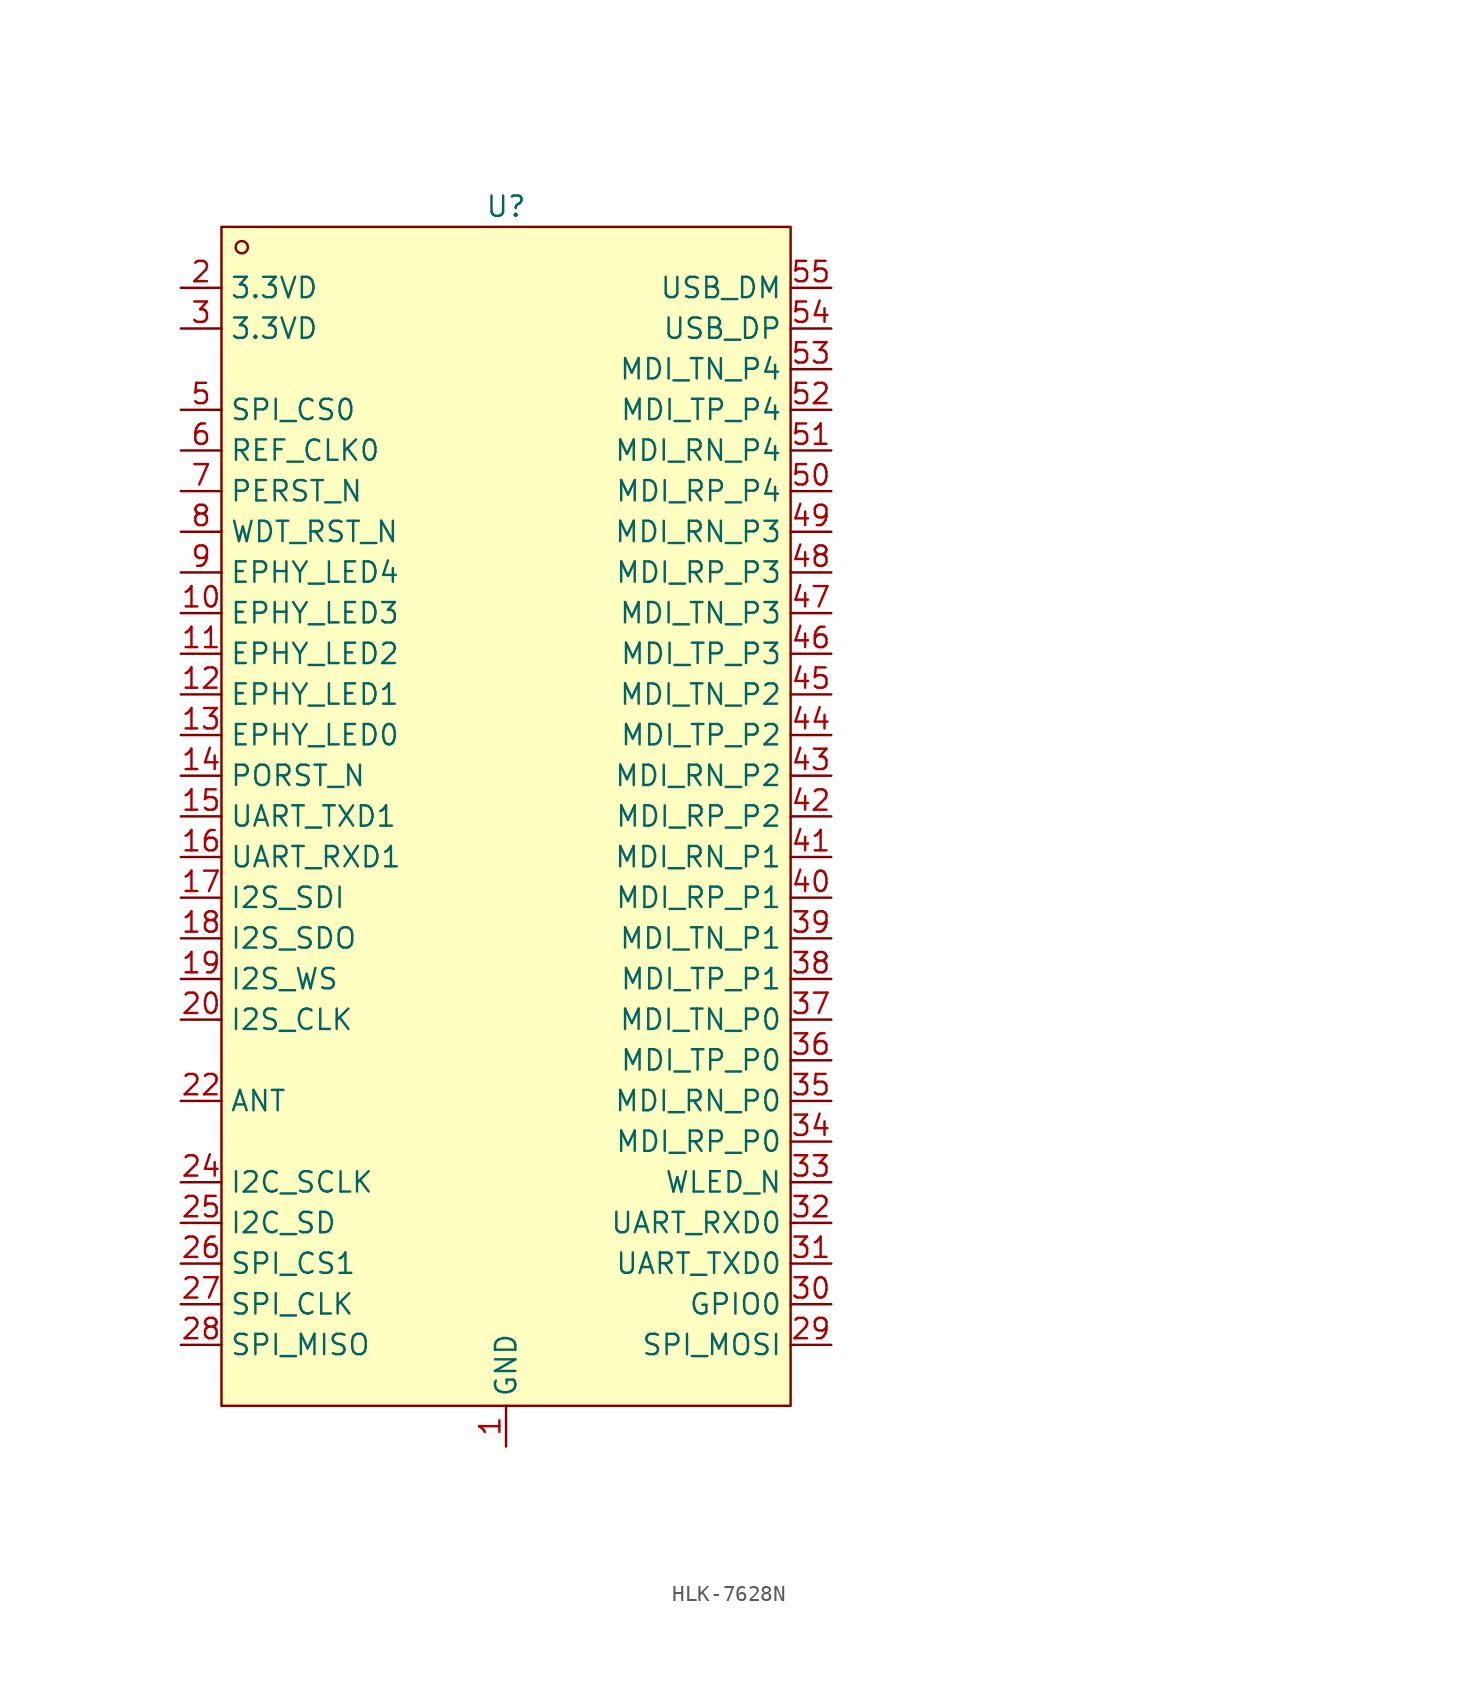
<source format=kicad_sym>
(kicad_symbol_lib
  (version 20241209)
  (generator "kicad_symbol_editor")
  (generator_version "9.0")
  (symbol "HLK-7628N"
    (property "Reference" "U"
      (at 0 38.1 0)
      (effects (font (size 1.27 1.27))))
    (property "Value" ""
      (at 48.26 -7.62 0)
      (effects (font (size 1.27 1.27))))
    (symbol "HLK-7628N_1_0"
      (rectangle (start -17.78 36.83) (end 17.78 -36.83) (stroke (width 0) (type default)) (fill (type background)))
      (circle (center -16.51 35.56) (radius 0.381) (stroke (width 0) (type default)) (fill (type none)))
      (pin power_in line (at -20.32 33.02 0) (length 2.54) (name "3.3VD" (effects (font (size 1.27 1.27)))) (number "2" (effects (font (size 1.27 1.27)))))
      (pin power_in line (at -20.32 30.48 0) (length 2.54) (name "3.3VD" (effects (font (size 1.27 1.27)))) (number "3" (effects (font (size 1.27 1.27)))))
      (pin unspecified line (at -20.32 25.4 0) (length 2.54) (name "SPI_CS0" (effects (font (size 1.27 1.27)))) (number "5" (effects (font (size 1.27 1.27)))))
      (pin unspecified line (at -20.32 22.86 0) (length 2.54) (name "REF_CLK0" (effects (font (size 1.27 1.27)))) (number "6" (effects (font (size 1.27 1.27)))))
      (pin unspecified line (at -20.32 20.32 0) (length 2.54) (name "PERST_N" (effects (font (size 1.27 1.27)))) (number "7" (effects (font (size 1.27 1.27)))))
      (pin unspecified line (at -20.32 17.78 0) (length 2.54) (name "WDT_RST_N" (effects (font (size 1.27 1.27)))) (number "8" (effects (font (size 1.27 1.27)))))
      (pin unspecified line (at -20.32 15.24 0) (length 2.54) (name "EPHY_LED4" (effects (font (size 1.27 1.27)))) (number "9" (effects (font (size 1.27 1.27)))))
      (pin unspecified line (at -20.32 12.7 0) (length 2.54) (name "EPHY_LED3" (effects (font (size 1.27 1.27)))) (number "10" (effects (font (size 1.27 1.27)))))
      (pin unspecified line (at -20.32 10.16 0) (length 2.54) (name "EPHY_LED2" (effects (font (size 1.27 1.27)))) (number "11" (effects (font (size 1.27 1.27)))))
      (pin unspecified line (at -20.32 7.62 0) (length 2.54) (name "EPHY_LED1" (effects (font (size 1.27 1.27)))) (number "12" (effects (font (size 1.27 1.27)))))
      (pin unspecified line (at -20.32 5.08 0) (length 2.54) (name "EPHY_LED0" (effects (font (size 1.27 1.27)))) (number "13" (effects (font (size 1.27 1.27)))))
      (pin unspecified line (at -20.32 2.54 0) (length 2.54) (name "PORST_N" (effects (font (size 1.27 1.27)))) (number "14" (effects (font (size 1.27 1.27)))))
      (pin output line (at -20.32 0 0) (length 2.54) (name "UART_TXD1" (effects (font (size 1.27 1.27)))) (number "15" (effects (font (size 1.27 1.27)))))
      (pin input line (at -20.32 -2.54 0) (length 2.54) (name "UART_RXD1" (effects (font (size 1.27 1.27)))) (number "16" (effects (font (size 1.27 1.27)))))
      (pin unspecified line (at -20.32 -5.08 0) (length 2.54) (name "I2S_SDI" (effects (font (size 1.27 1.27)))) (number "17" (effects (font (size 1.27 1.27)))))
      (pin unspecified line (at -20.32 -7.62 0) (length 2.54) (name "I2S_SDO" (effects (font (size 1.27 1.27)))) (number "18" (effects (font (size 1.27 1.27)))))
      (pin unspecified line (at -20.32 -10.16 0) (length 2.54) (name "I2S_WS" (effects (font (size 1.27 1.27)))) (number "19" (effects (font (size 1.27 1.27)))))
      (pin unspecified line (at -20.32 -12.7 0) (length 2.54) (name "I2S_CLK" (effects (font (size 1.27 1.27)))) (number "20" (effects (font (size 1.27 1.27)))))
      (pin unspecified line (at -20.32 -17.78 0) (length 2.54) (name "ANT" (effects (font (size 1.27 1.27)))) (number "22" (effects (font (size 1.27 1.27)))))
      (pin output line (at -20.32 -22.86 0) (length 2.54) (name "I2C_SCLK" (effects (font (size 1.27 1.27)))) (number "24" (effects (font (size 1.27 1.27)))))
      (pin bidirectional line (at -20.32 -25.4 0) (length 2.54) (name "I2C_SD" (effects (font (size 1.27 1.27)))) (number "25" (effects (font (size 1.27 1.27)))))
      (pin unspecified line (at -20.32 -27.94 0) (length 2.54) (name "SPI_CS1" (effects (font (size 1.27 1.27)))) (number "26" (effects (font (size 1.27 1.27)))))
      (pin unspecified line (at -20.32 -30.48 0) (length 2.54) (name "SPI_CLK" (effects (font (size 1.27 1.27)))) (number "27" (effects (font (size 1.27 1.27)))))
      (pin unspecified line (at -20.32 -33.02 0) (length 2.54) (name "SPI_MISO" (effects (font (size 1.27 1.27)))) (number "28" (effects (font (size 1.27 1.27)))))
      (pin power_in line (at 0 -39.37 90) (length 2.54) (name "GND" (effects (font (size 1.27 1.27)))) (number "1" (effects (font (size 1.27 1.27)))))
      (pin power_in line (at 0 -39.37 90) (length 2.54) (hide yes) (name "GND" (effects (font (size 1.27 1.27)))) (number "21" (effects (font (size 1.27 1.27)))))
      (pin power_in line (at 0 -39.37 90) (length 2.54) (hide yes) (name "GND" (effects (font (size 1.27 1.27)))) (number "23" (effects (font (size 1.27 1.27)))))
      (pin power_in line (at 0 -39.37 90) (length 2.54) (hide yes) (name "GND" (effects (font (size 1.27 1.27)))) (number "4" (effects (font (size 1.27 1.27)))))
      (pin power_in line (at 0 -39.37 90) (length 2.54) (hide yes) (name "GND" (effects (font (size 1.27 1.27)))) (number "56" (effects (font (size 1.27 1.27)))))
      (pin bidirectional line (at 20.32 33.02 180) (length 2.54) (name "USB_DM" (effects (font (size 1.27 1.27)))) (number "55" (effects (font (size 1.27 1.27)))))
      (pin bidirectional line (at 20.32 30.48 180) (length 2.54) (name "USB_DP" (effects (font (size 1.27 1.27)))) (number "54" (effects (font (size 1.27 1.27)))))
      (pin unspecified line (at 20.32 27.94 180) (length 2.54) (name "MDI_TN_P4" (effects (font (size 1.27 1.27)))) (number "53" (effects (font (size 1.27 1.27)))))
      (pin unspecified line (at 20.32 25.4 180) (length 2.54) (name "MDI_TP_P4" (effects (font (size 1.27 1.27)))) (number "52" (effects (font (size 1.27 1.27)))))
      (pin unspecified line (at 20.32 22.86 180) (length 2.54) (name "MDI_RN_P4" (effects (font (size 1.27 1.27)))) (number "51" (effects (font (size 1.27 1.27)))))
      (pin unspecified line (at 20.32 20.32 180) (length 2.54) (name "MDI_RP_P4" (effects (font (size 1.27 1.27)))) (number "50" (effects (font (size 1.27 1.27)))))
      (pin unspecified line (at 20.32 17.78 180) (length 2.54) (name "MDI_RN_P3" (effects (font (size 1.27 1.27)))) (number "49" (effects (font (size 1.27 1.27)))))
      (pin unspecified line (at 20.32 15.24 180) (length 2.54) (name "MDI_RP_P3" (effects (font (size 1.27 1.27)))) (number "48" (effects (font (size 1.27 1.27)))))
      (pin unspecified line (at 20.32 12.7 180) (length 2.54) (name "MDI_TN_P3" (effects (font (size 1.27 1.27)))) (number "47" (effects (font (size 1.27 1.27)))))
      (pin unspecified line (at 20.32 10.16 180) (length 2.54) (name "MDI_TP_P3" (effects (font (size 1.27 1.27)))) (number "46" (effects (font (size 1.27 1.27)))))
      (pin unspecified line (at 20.32 7.62 180) (length 2.54) (name "MDI_TN_P2" (effects (font (size 1.27 1.27)))) (number "45" (effects (font (size 1.27 1.27)))))
      (pin unspecified line (at 20.32 5.08 180) (length 2.54) (name "MDI_TP_P2" (effects (font (size 1.27 1.27)))) (number "44" (effects (font (size 1.27 1.27)))))
      (pin unspecified line (at 20.32 2.54 180) (length 2.54) (name "MDI_RN_P2" (effects (font (size 1.27 1.27)))) (number "43" (effects (font (size 1.27 1.27)))))
      (pin unspecified line (at 20.32 0 180) (length 2.54) (name "MDI_RP_P2" (effects (font (size 1.27 1.27)))) (number "42" (effects (font (size 1.27 1.27)))))
      (pin unspecified line (at 20.32 -2.54 180) (length 2.54) (name "MDI_RN_P1" (effects (font (size 1.27 1.27)))) (number "41" (effects (font (size 1.27 1.27)))))
      (pin unspecified line (at 20.32 -5.08 180) (length 2.54) (name "MDI_RP_P1" (effects (font (size 1.27 1.27)))) (number "40" (effects (font (size 1.27 1.27)))))
      (pin unspecified line (at 20.32 -7.62 180) (length 2.54) (name "MDI_TN_P1" (effects (font (size 1.27 1.27)))) (number "39" (effects (font (size 1.27 1.27)))))
      (pin unspecified line (at 20.32 -10.16 180) (length 2.54) (name "MDI_TP_P1" (effects (font (size 1.27 1.27)))) (number "38" (effects (font (size 1.27 1.27)))))
      (pin output line (at 20.32 -12.7 180) (length 2.54) (name "MDI_TN_P0" (effects (font (size 1.27 1.27)))) (number "37" (effects (font (size 1.27 1.27)))))
      (pin output line (at 20.32 -15.24 180) (length 2.54) (name "MDI_TP_P0" (effects (font (size 1.27 1.27)))) (number "36" (effects (font (size 1.27 1.27)))))
      (pin input line (at 20.32 -17.78 180) (length 2.54) (name "MDI_RN_P0" (effects (font (size 1.27 1.27)))) (number "35" (effects (font (size 1.27 1.27)))))
      (pin input line (at 20.32 -20.32 180) (length 2.54) (name "MDI_RP_P0" (effects (font (size 1.27 1.27)))) (number "34" (effects (font (size 1.27 1.27)))))
      (pin unspecified line (at 20.32 -22.86 180) (length 2.54) (name "WLED_N" (effects (font (size 1.27 1.27)))) (number "33" (effects (font (size 1.27 1.27)))))
      (pin input line (at 20.32 -25.4 180) (length 2.54) (name "UART_RXD0" (effects (font (size 1.27 1.27)))) (number "32" (effects (font (size 1.27 1.27)))))
      (pin output line (at 20.32 -27.94 180) (length 2.54) (name "UART_TXD0" (effects (font (size 1.27 1.27)))) (number "31" (effects (font (size 1.27 1.27)))))
      (pin bidirectional line (at 20.32 -30.48 180) (length 2.54) (name "GPIO0" (effects (font (size 1.27 1.27)))) (number "30" (effects (font (size 1.27 1.27)))))
      (pin unspecified line (at 20.32 -33.02 180) (length 2.54) (name "SPI_MOSI" (effects (font (size 1.27 1.27)))) (number "29" (effects (font (size 1.27 1.27))))))))
</source>
